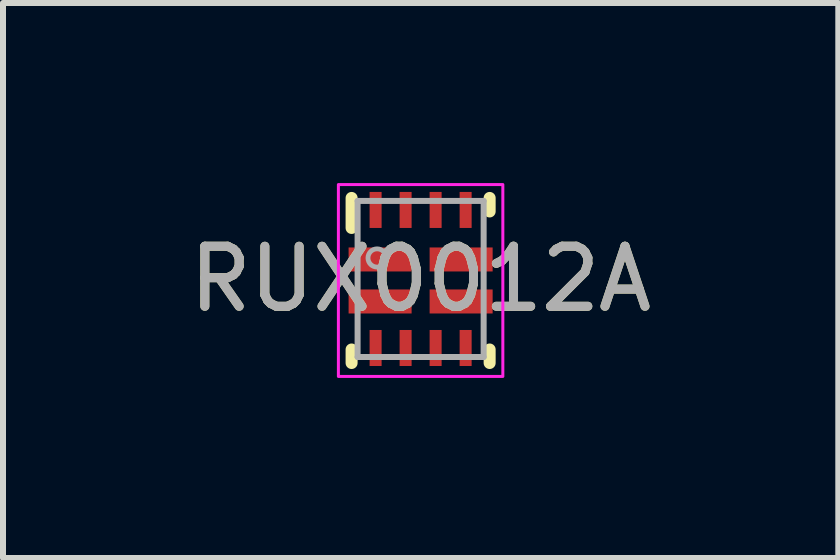
<source format=kicad_pcb>
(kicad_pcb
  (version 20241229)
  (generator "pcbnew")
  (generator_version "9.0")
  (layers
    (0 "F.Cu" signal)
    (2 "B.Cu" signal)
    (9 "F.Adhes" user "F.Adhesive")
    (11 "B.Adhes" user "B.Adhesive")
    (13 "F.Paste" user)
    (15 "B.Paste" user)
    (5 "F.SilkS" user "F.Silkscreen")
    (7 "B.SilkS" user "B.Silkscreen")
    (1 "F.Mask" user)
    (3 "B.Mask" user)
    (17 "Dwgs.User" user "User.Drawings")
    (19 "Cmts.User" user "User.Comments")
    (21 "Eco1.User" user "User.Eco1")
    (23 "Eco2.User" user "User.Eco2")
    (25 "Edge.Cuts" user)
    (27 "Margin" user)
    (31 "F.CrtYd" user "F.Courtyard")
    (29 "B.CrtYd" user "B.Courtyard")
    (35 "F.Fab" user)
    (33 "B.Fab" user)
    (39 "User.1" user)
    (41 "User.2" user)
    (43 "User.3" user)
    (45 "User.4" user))
  (footprint "RUX0012A"
    (layer "F.Cu")
    (at 3.958 1.598)
    (property "Reference" "RUX0012A" (at 0 0 0) (unlocked yes) (layer "F.SilkS") (effects (font (size 1 1) (thickness 0.15))))
    (attr smd)
    (fp_line (start -1.15 -0.85) (end -1.15 -1.35) (stroke (width 0.2) (type solid)) (layer "F.SilkS"))
    (fp_line (start -1.15 1.4) (end -1.15 1.175) (stroke (width 0.2) (type solid)) (layer "F.SilkS"))
    (fp_line (start 1.15 -1.125) (end 1.15 -1.35) (stroke (width 0.2) (type solid)) (layer "F.SilkS"))
    (fp_line (start 1.15 1.4) (end 1.15 1.175) (stroke (width 0.2) (type solid)) (layer "F.SilkS"))
    (fp_rect (start -1.37 -1.573) (end 1.37 1.624) (stroke (width 0.05) (type default)) (fill no) (layer "F.CrtYd"))
    (fp_line (start -1.05 -1.3) (end 1.05 -1.3) (stroke (width 0.1) (type solid)) (layer "F.Fab"))
    (fp_line (start -1.05 1.3) (end -1.05 -1.3) (stroke (width 0.1) (type solid)) (layer "F.Fab"))
    (fp_line (start -1.05 1.3) (end 1.05 1.3) (stroke (width 0.1) (type solid)) (layer "F.Fab"))
    (fp_line (start 1.05 1.3) (end 1.05 -1.3) (stroke (width 0.1) (type solid)) (layer "F.Fab"))
    (fp_circle (center -0.725 -0.35) (end -0.573 -0.35) (stroke (width 0.08) (type solid)) (fill no) (layer "F.Fab"))
    (fp_text user "${REFERENCE}" (at 0 0 0) (unlocked yes) (layer "F.Fab") (effects (font (size 1 1) (thickness 0.15))))
    (pad "1" smd rect (at -0.675 -0.325) (size 1.05 0.4) (layers "F.Cu" "F.Mask" "F.Paste"))
    (pad "2" smd rect (at -0.675 0.375) (size 1.05 0.4) (layers "F.Cu" "F.Mask" "F.Paste"))
    (pad "3" smd rect (at -0.75 1.15 90) (size 0.6 0.2) (layers "F.Cu" "F.Mask" "F.Paste"))
    (pad "4" smd rect (at -0.25 1.15 90) (size 0.6 0.2) (layers "F.Cu" "F.Mask" "F.Paste"))
    (pad "5" smd rect (at 0.25 1.15 90) (size 0.6 0.2) (layers "F.Cu" "F.Mask" "F.Paste"))
    (pad "6" smd rect (at 0.75 1.15 90) (size 0.6 0.2) (layers "F.Cu" "F.Mask" "F.Paste"))
    (pad "7" smd rect (at 0.675 0.375) (size 1.05 0.4) (layers "F.Cu" "F.Mask" "F.Paste"))
    (pad "8" smd rect (at 0.675 -0.325) (size 1.05 0.4) (layers "F.Cu" "F.Mask" "F.Paste"))
    (pad "9" smd rect (at 0.75 -1.15 90) (size 0.6 0.2) (layers "F.Cu" "F.Mask" "F.Paste"))
    (pad "10" smd rect (at 0.25 -1.15 90) (size 0.6 0.2) (layers "F.Cu" "F.Mask" "F.Paste"))
    (pad "11" smd rect (at -0.25 -1.15 90) (size 0.6 0.2) (layers "F.Cu" "F.Mask" "F.Paste"))
    (pad "12" smd rect (at -0.75 -1.15 90) (size 0.6 0.2) (layers "F.Cu" "F.Mask" "F.Paste")))
  (gr_rect
    (start -3 -3)
    (end 10.917 6.247)
    (stroke (width 0.1) (type default))
    (fill no)
    (layer "Edge.Cuts")))
</source>
